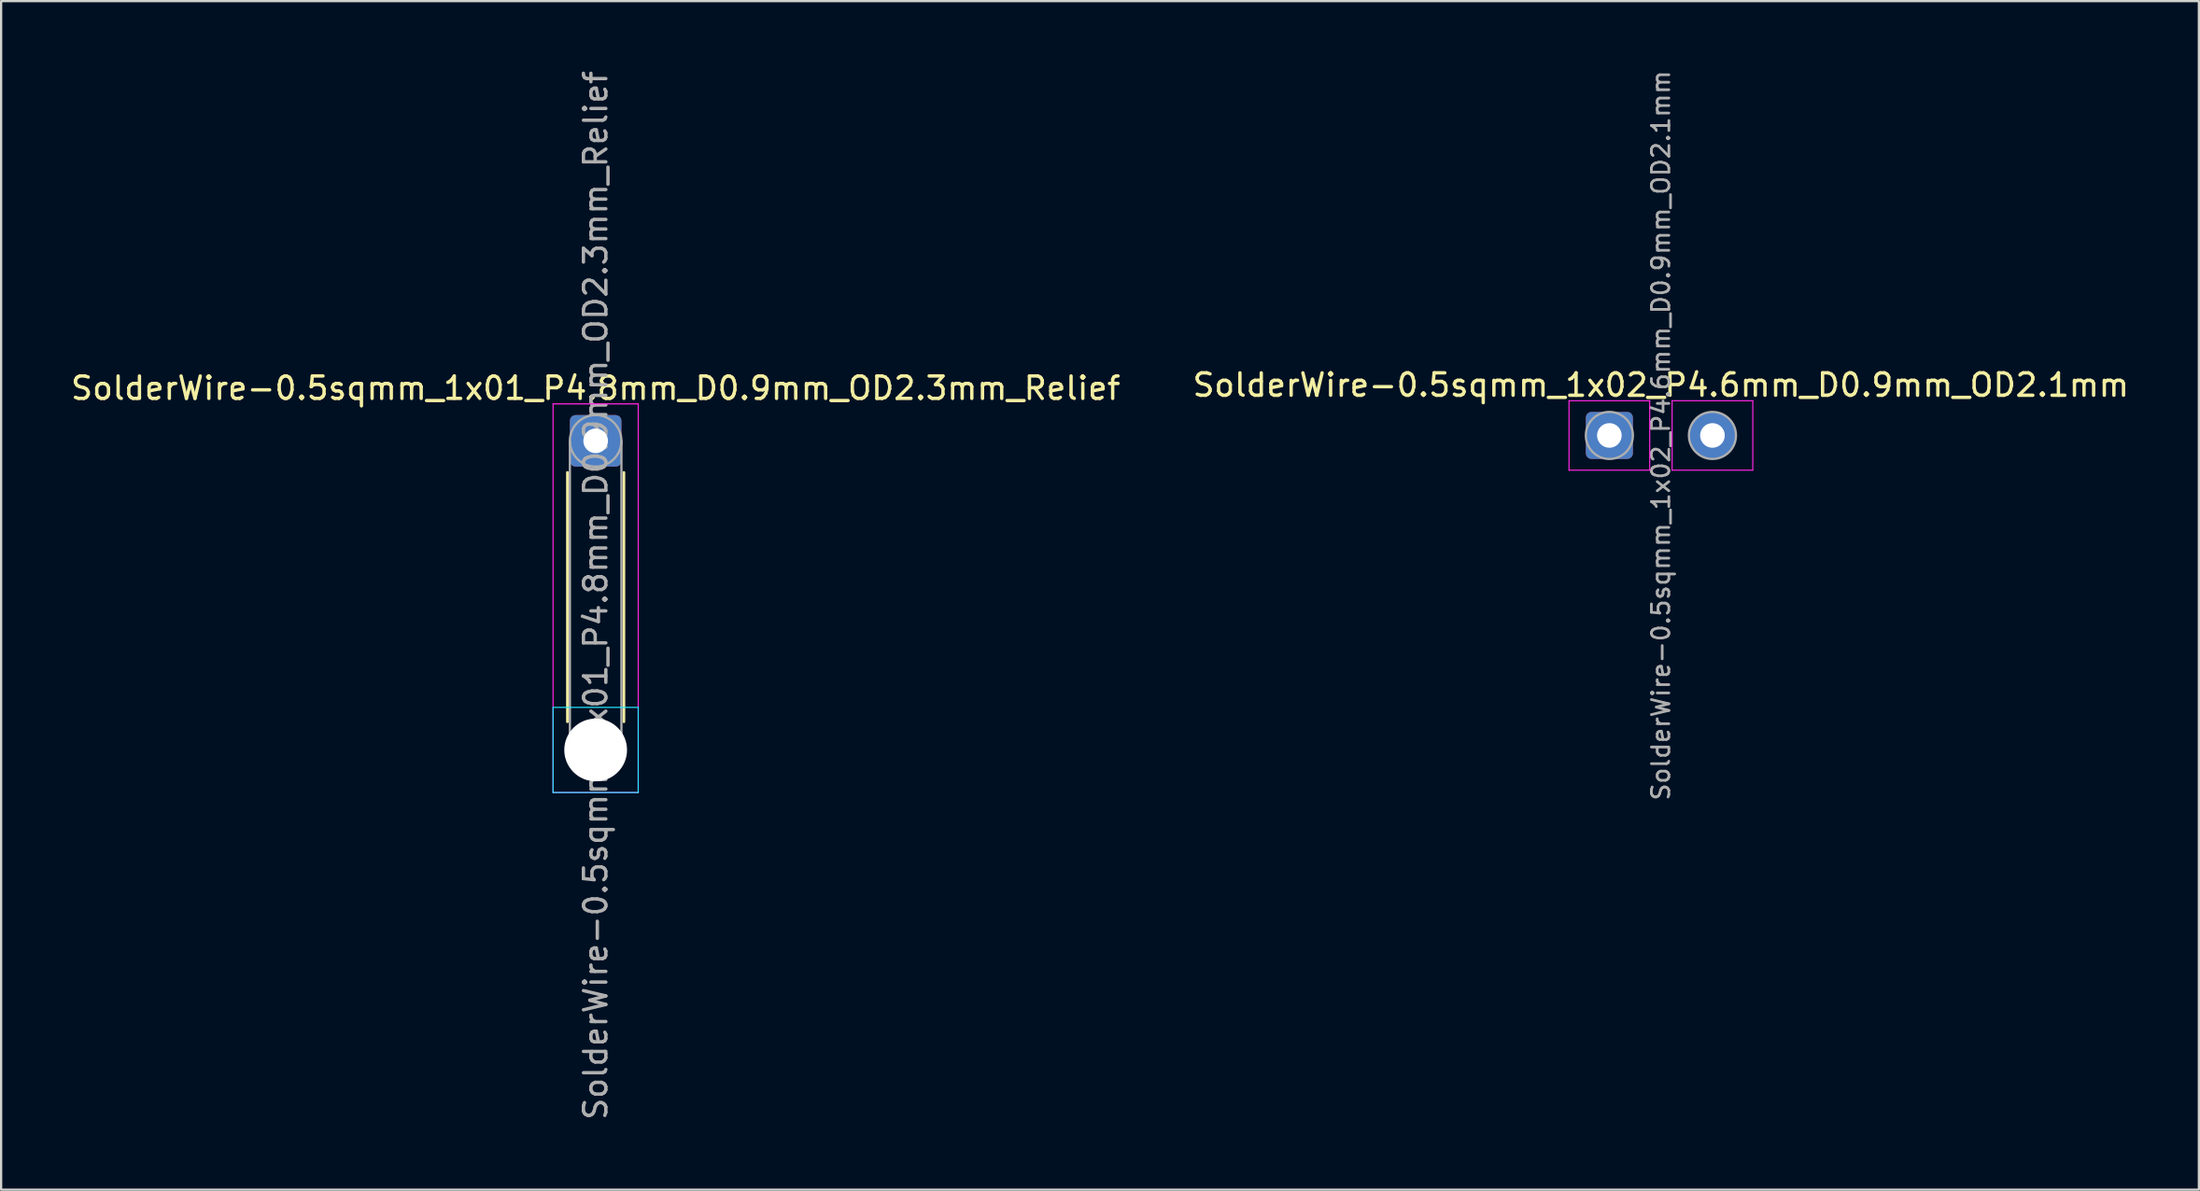
<source format=kicad_pcb>
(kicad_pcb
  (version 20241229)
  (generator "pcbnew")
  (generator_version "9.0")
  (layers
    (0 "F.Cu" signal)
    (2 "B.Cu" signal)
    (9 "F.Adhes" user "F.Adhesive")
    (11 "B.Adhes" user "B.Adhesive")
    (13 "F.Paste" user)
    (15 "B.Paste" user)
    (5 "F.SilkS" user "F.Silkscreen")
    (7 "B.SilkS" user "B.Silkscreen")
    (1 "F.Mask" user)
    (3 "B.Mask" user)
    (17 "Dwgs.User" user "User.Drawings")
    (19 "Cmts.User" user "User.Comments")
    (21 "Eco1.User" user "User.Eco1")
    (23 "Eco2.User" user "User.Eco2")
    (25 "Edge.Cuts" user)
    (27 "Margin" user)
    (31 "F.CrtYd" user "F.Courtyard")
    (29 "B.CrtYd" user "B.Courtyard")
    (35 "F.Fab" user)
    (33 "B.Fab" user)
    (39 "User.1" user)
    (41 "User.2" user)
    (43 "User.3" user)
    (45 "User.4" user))
  (footprint "SolderWire-0.5sqmm_1x02_P4.6mm_D0.9mm_OD2.1mm"
    (layer "F.Cu")
    (at 68.765 16.389)
    (property "Reference" "SolderWire-0.5sqmm_1x02_P4.6mm_D0.9mm_OD2.1mm" (at 2.3 -2.25 0) (layer "F.SilkS") (effects (font (size 1 1) (thickness 0.15))))
    (attr exclude_from_pos_files exclude_from_bom)
    (fp_line (start -1.8 -1.55) (end -1.8 1.55) (stroke (width 0.05) (type solid)) (layer "F.CrtYd"))
    (fp_line (start -1.8 1.55) (end 1.8 1.55) (stroke (width 0.05) (type solid)) (layer "F.CrtYd"))
    (fp_line (start 1.8 -1.55) (end -1.8 -1.55) (stroke (width 0.05) (type solid)) (layer "F.CrtYd"))
    (fp_line (start 1.8 1.55) (end 1.8 -1.55) (stroke (width 0.05) (type solid)) (layer "F.CrtYd"))
    (fp_line (start 2.8 -1.55) (end 2.8 1.55) (stroke (width 0.05) (type solid)) (layer "F.CrtYd"))
    (fp_line (start 2.8 1.55) (end 6.4 1.55) (stroke (width 0.05) (type solid)) (layer "F.CrtYd"))
    (fp_line (start 6.4 -1.55) (end 2.8 -1.55) (stroke (width 0.05) (type solid)) (layer "F.CrtYd"))
    (fp_line (start 6.4 1.55) (end 6.4 -1.55) (stroke (width 0.05) (type solid)) (layer "F.CrtYd"))
    (fp_circle (center 0 0) (end 1.05 0) (stroke (width 0.1) (type solid)) (fill no) (layer "F.Fab"))
    (fp_circle (center 4.6 0) (end 5.65 0) (stroke (width 0.1) (type solid)) (fill no) (layer "F.Fab"))
    (fp_text user "${REFERENCE}" (at 2.3 0 90) (layer "F.Fab") (effects (font (size 0.78 0.78) (thickness 0.12))))
    (pad "1" thru_hole roundrect (at 0 0) (size 2.1 2.1) (drill 1.1) (layers "*.Cu" "*.Mask") (roundrect_rratio 0.119))
    (pad "2" thru_hole circle (at 4.6 0) (size 2.1 2.1) (drill 1.1) (layers "*.Cu" "*.Mask")))
  (footprint "SolderWire-0.5sqmm_1x01_P4.8mm_D0.9mm_OD2.3mm_Relief"
    (layer "F.Cu")
    (at 23.53 16.63)
    (property "Reference" "SolderWire-0.5sqmm_1x01_P4.8mm_D0.9mm_OD2.3mm_Relief" (at 0 -2.35 0) (layer "F.SilkS") (effects (font (size 1 1) (thickness 0.15))))
    (attr exclude_from_pos_files exclude_from_bom)
    (fp_line (start -1.26 1.41) (end -1.26 12.54) (stroke (width 0.12) (type solid)) (layer "F.SilkS"))
    (fp_line (start 1.26 1.41) (end 1.26 12.54) (stroke (width 0.12) (type solid)) (layer "F.SilkS"))
    (fp_line (start -1.9 11.9) (end -1.9 15.7) (stroke (width 0.05) (type solid)) (layer "B.CrtYd"))
    (fp_line (start -1.9 15.7) (end 1.9 15.7) (stroke (width 0.05) (type solid)) (layer "B.CrtYd"))
    (fp_line (start 1.9 11.9) (end -1.9 11.9) (stroke (width 0.05) (type solid)) (layer "B.CrtYd"))
    (fp_line (start 1.9 15.7) (end 1.9 11.9) (stroke (width 0.05) (type solid)) (layer "B.CrtYd"))
    (fp_line (start -1.9 -1.65) (end -1.9 15.7) (stroke (width 0.05) (type solid)) (layer "F.CrtYd"))
    (fp_line (start -1.9 15.7) (end 1.9 15.7) (stroke (width 0.05) (type solid)) (layer "F.CrtYd"))
    (fp_line (start 1.9 -1.65) (end -1.9 -1.65) (stroke (width 0.05) (type solid)) (layer "F.CrtYd"))
    (fp_line (start 1.9 15.7) (end 1.9 -1.65) (stroke (width 0.05) (type solid)) (layer "F.CrtYd"))
    (fp_line (start -1.15 0) (end -1.15 13.8) (stroke (width 0.1) (type solid)) (layer "F.Fab"))
    (fp_line (start 1.15 0) (end 1.15 13.8) (stroke (width 0.1) (type solid)) (layer "F.Fab"))
    (fp_circle (center 0 0) (end 1.15 0) (stroke (width 0.1) (type solid)) (fill no) (layer "F.Fab"))
    (fp_circle (center 0 13.8) (end 1.15 13.8) (stroke (width 0.1) (type solid)) (fill no) (layer "F.Fab"))
    (fp_text user "${REFERENCE}" (at 0 6.9 90) (layer "F.Fab") (effects (font (size 1 1) (thickness 0.15))))
    (pad "" np_thru_hole circle (at 0 13.8) (size 2.8 2.8) (drill 2.8) (layers "*.Cu" "*.Mask"))
    (pad "1" thru_hole roundrect (at 0 0) (size 2.3 2.3) (drill 1.1) (layers "*.Cu" "*.Mask") (roundrect_rratio 0.109)))
  (gr_rect
    (start -3 -3)
    (end 95.071 50.06)
    (stroke (width 0.1) (type default))
    (fill no)
    (layer "Edge.Cuts")))
</source>
